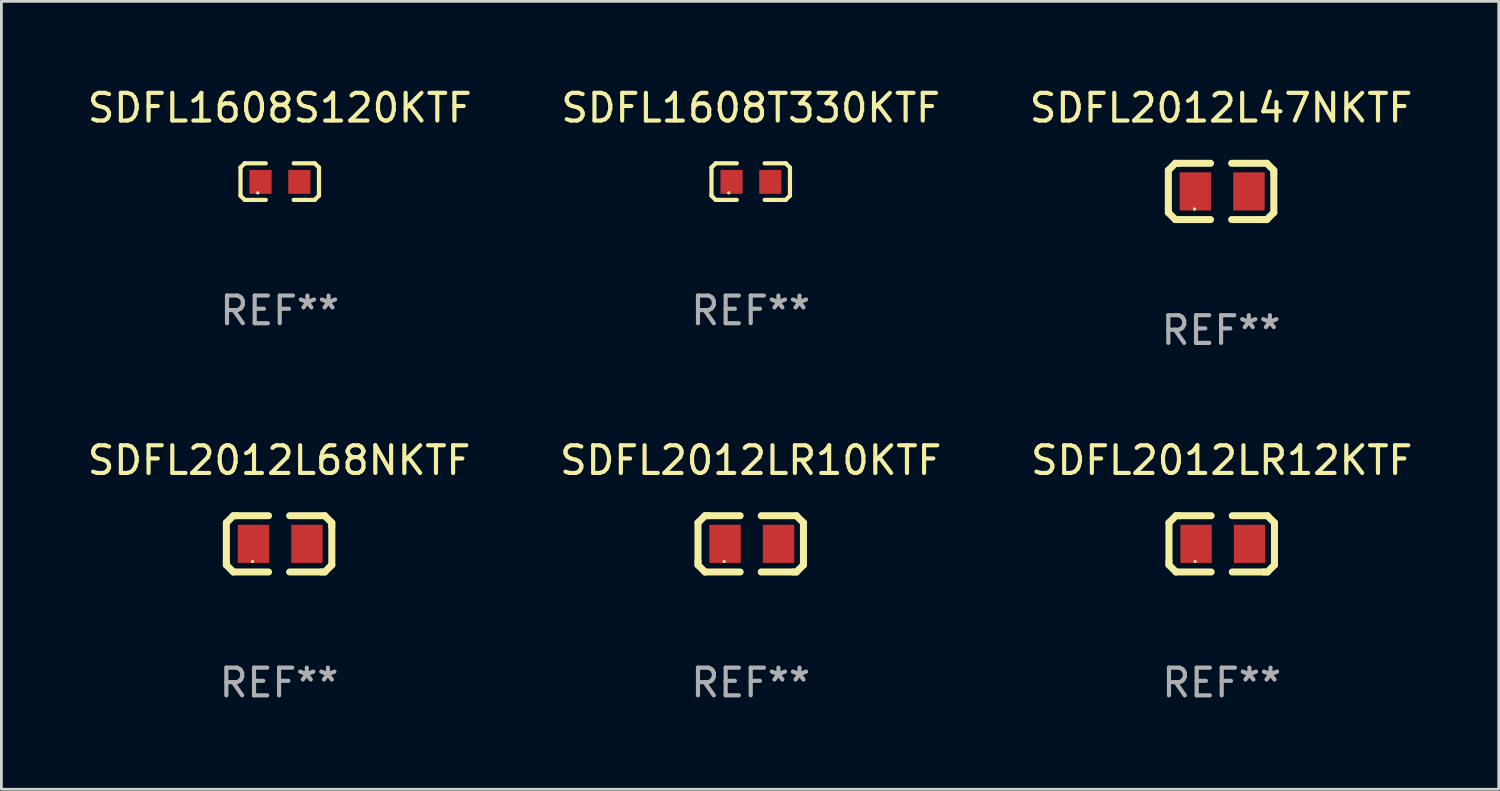
<source format=kicad_pcb>
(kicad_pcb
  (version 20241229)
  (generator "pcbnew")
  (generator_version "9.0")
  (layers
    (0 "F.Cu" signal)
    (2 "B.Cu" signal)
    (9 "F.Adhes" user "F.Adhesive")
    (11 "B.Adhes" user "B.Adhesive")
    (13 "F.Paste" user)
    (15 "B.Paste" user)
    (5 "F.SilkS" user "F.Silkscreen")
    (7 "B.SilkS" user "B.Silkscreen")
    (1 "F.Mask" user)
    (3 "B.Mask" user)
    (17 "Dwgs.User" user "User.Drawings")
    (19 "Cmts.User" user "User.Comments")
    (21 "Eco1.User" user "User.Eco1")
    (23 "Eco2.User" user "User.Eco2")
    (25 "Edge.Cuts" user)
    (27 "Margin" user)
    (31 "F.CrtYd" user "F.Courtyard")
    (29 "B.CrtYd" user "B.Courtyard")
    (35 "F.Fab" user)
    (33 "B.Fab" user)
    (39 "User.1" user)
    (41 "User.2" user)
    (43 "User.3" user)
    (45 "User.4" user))
  (footprint "SDFL2012LR10KTF"
    (layer "F.Cu")
    (at 24.065 16.593)
    (property "Reference" "SDFL2012LR10KTF" (at 0 -3.016 0) (layer "F.SilkS") (effects (font (size 1 1) (thickness 0.15))))
    (attr through_hole)
    (fp_line (start -1.905 -0.762) (end -1.905 0.635) (stroke (width 0.254) (type solid)) (layer "F.SilkS"))
    (fp_line (start -1.905 0.635) (end -1.905 0.762) (stroke (width 0.254) (type solid)) (layer "F.SilkS"))
    (fp_line (start -1.905 0.762) (end -1.651 1.016) (stroke (width 0.254) (type solid)) (layer "F.SilkS"))
    (fp_line (start -1.651 -1.016) (end -1.905 -0.762) (stroke (width 0.254) (type solid)) (layer "F.SilkS"))
    (fp_line (start -1.651 1.016) (end -0.381 1.016) (stroke (width 0.254) (type solid)) (layer "F.SilkS"))
    (fp_line (start -1.524 -1.016) (end -1.651 -1.016) (stroke (width 0.254) (type solid)) (layer "F.SilkS"))
    (fp_line (start -0.381 -1.016) (end -1.524 -1.016) (stroke (width 0.254) (type solid)) (layer "F.SilkS"))
    (fp_line (start 0.381 1.016) (end 1.524 1.016) (stroke (width 0.254) (type solid)) (layer "F.SilkS"))
    (fp_line (start 1.524 1.016) (end 1.651 1.016) (stroke (width 0.254) (type solid)) (layer "F.SilkS"))
    (fp_line (start 1.651 -1.016) (end 0.381 -1.016) (stroke (width 0.254) (type solid)) (layer "F.SilkS"))
    (fp_line (start 1.651 1.016) (end 1.905 0.762) (stroke (width 0.254) (type solid)) (layer "F.SilkS"))
    (fp_line (start 1.905 -0.762) (end 1.651 -1.016) (stroke (width 0.254) (type solid)) (layer "F.SilkS"))
    (fp_line (start 1.905 -0.635) (end 1.905 -0.762) (stroke (width 0.254) (type solid)) (layer "F.SilkS"))
    (fp_line (start 1.905 0.762) (end 1.905 -0.635) (stroke (width 0.254) (type solid)) (layer "F.SilkS"))
    (fp_circle (center -0.96 0.637) (end -0.93 0.637) (stroke (width 0.06) (type solid)) (fill no) (layer "F.SilkS"))
    (fp_text user "REF**" (at 0 5.016 0) (layer "F.Fab") (effects (font (size 1 1) (thickness 0.15))))
    (pad "1" smd rect (at -0.926 -0.000051) (size 1.133 1.377) (layers "F.Cu" "F.Mask" "F.Paste"))
    (pad "2" smd rect (at 1.006 -0.000051) (size 1.133 1.377) (layers "F.Cu" "F.Mask" "F.Paste")))
  (footprint "SDFL1608T330KTF"
    (layer "F.Cu")
    (at 24.065 3.509)
    (property "Reference" "SDFL1608T330KTF" (at 0 -2.661 0) (layer "F.SilkS") (effects (font (size 1 1) (thickness 0.15))))
    (attr through_hole)
    (fp_line (start -1.417 -0.508) (end -1.265 -0.661) (stroke (width 0.152) (type solid)) (layer "F.SilkS"))
    (fp_line (start -1.417 0.508) (end -1.417 -0.508) (stroke (width 0.152) (type solid)) (layer "F.SilkS"))
    (fp_line (start -1.265 -0.661) (end -0.503 -0.661) (stroke (width 0.152) (type solid)) (layer "F.SilkS"))
    (fp_line (start -1.265 0.661) (end -1.417 0.508) (stroke (width 0.152) (type solid)) (layer "F.SilkS"))
    (fp_line (start -1.265 0.661) (end -0.503 0.661) (stroke (width 0.152) (type solid)) (layer "F.SilkS"))
    (fp_line (start 1.265 -0.661) (end 0.503 -0.661) (stroke (width 0.152) (type solid)) (layer "F.SilkS"))
    (fp_line (start 1.265 -0.661) (end 1.417 -0.508) (stroke (width 0.152) (type solid)) (layer "F.SilkS"))
    (fp_line (start 1.265 0.661) (end 0.503 0.661) (stroke (width 0.152) (type solid)) (layer "F.SilkS"))
    (fp_line (start 1.417 -0.508) (end 1.417 0.508) (stroke (width 0.152) (type solid)) (layer "F.SilkS"))
    (fp_line (start 1.417 0.508) (end 1.265 0.661) (stroke (width 0.152) (type solid)) (layer "F.SilkS"))
    (fp_circle (center -0.793 0.409) (end -0.763 0.409) (stroke (width 0.06) (type solid)) (fill no) (layer "F.SilkS"))
    (fp_text user "REF**" (at 0 4.661 0) (layer "F.Fab") (effects (font (size 1 1) (thickness 0.15))))
    (pad "1" smd rect (at -0.693 0.009 180) (size 0.8 0.864) (layers "F.Cu" "F.Mask" "F.Paste"))
    (pad "2" smd rect (at 0.707 0.009 180) (size 0.8 0.864) (layers "F.Cu" "F.Mask" "F.Paste")))
  (footprint "SDFL2012L68NKTF"
    (layer "F.Cu")
    (at 7.03 16.593)
    (property "Reference" "SDFL2012L68NKTF" (at 0 -3.016 0) (layer "F.SilkS") (effects (font (size 1 1) (thickness 0.15))))
    (attr through_hole)
    (fp_line (start -1.905 -0.762) (end -1.905 0.635) (stroke (width 0.254) (type solid)) (layer "F.SilkS"))
    (fp_line (start -1.905 0.635) (end -1.905 0.762) (stroke (width 0.254) (type solid)) (layer "F.SilkS"))
    (fp_line (start -1.905 0.762) (end -1.651 1.016) (stroke (width 0.254) (type solid)) (layer "F.SilkS"))
    (fp_line (start -1.651 -1.016) (end -1.905 -0.762) (stroke (width 0.254) (type solid)) (layer "F.SilkS"))
    (fp_line (start -1.651 1.016) (end -0.381 1.016) (stroke (width 0.254) (type solid)) (layer "F.SilkS"))
    (fp_line (start -1.524 -1.016) (end -1.651 -1.016) (stroke (width 0.254) (type solid)) (layer "F.SilkS"))
    (fp_line (start -0.381 -1.016) (end -1.524 -1.016) (stroke (width 0.254) (type solid)) (layer "F.SilkS"))
    (fp_line (start 0.381 1.016) (end 1.524 1.016) (stroke (width 0.254) (type solid)) (layer "F.SilkS"))
    (fp_line (start 1.524 1.016) (end 1.651 1.016) (stroke (width 0.254) (type solid)) (layer "F.SilkS"))
    (fp_line (start 1.651 -1.016) (end 0.381 -1.016) (stroke (width 0.254) (type solid)) (layer "F.SilkS"))
    (fp_line (start 1.651 1.016) (end 1.905 0.762) (stroke (width 0.254) (type solid)) (layer "F.SilkS"))
    (fp_line (start 1.905 -0.762) (end 1.651 -1.016) (stroke (width 0.254) (type solid)) (layer "F.SilkS"))
    (fp_line (start 1.905 -0.635) (end 1.905 -0.762) (stroke (width 0.254) (type solid)) (layer "F.SilkS"))
    (fp_line (start 1.905 0.762) (end 1.905 -0.635) (stroke (width 0.254) (type solid)) (layer "F.SilkS"))
    (fp_circle (center -0.96 0.637) (end -0.93 0.637) (stroke (width 0.06) (type solid)) (fill no) (layer "F.SilkS"))
    (fp_text user "REF**" (at 0 5.016 0) (layer "F.Fab") (effects (font (size 1 1) (thickness 0.15))))
    (pad "1" smd rect (at -0.926 -0.000051) (size 1.133 1.377) (layers "F.Cu" "F.Mask" "F.Paste"))
    (pad "2" smd rect (at 1.006 -0.000051) (size 1.133 1.377) (layers "F.Cu" "F.Mask" "F.Paste")))
  (footprint "SDFL2012LR12KTF"
    (layer "F.Cu")
    (at 41.077 16.593)
    (property "Reference" "SDFL2012LR12KTF" (at 0 -3.016 0) (layer "F.SilkS") (effects (font (size 1 1) (thickness 0.15))))
    (attr through_hole)
    (fp_line (start -1.905 -0.762) (end -1.905 0.635) (stroke (width 0.254) (type solid)) (layer "F.SilkS"))
    (fp_line (start -1.905 0.635) (end -1.905 0.762) (stroke (width 0.254) (type solid)) (layer "F.SilkS"))
    (fp_line (start -1.905 0.762) (end -1.651 1.016) (stroke (width 0.254) (type solid)) (layer "F.SilkS"))
    (fp_line (start -1.651 -1.016) (end -1.905 -0.762) (stroke (width 0.254) (type solid)) (layer "F.SilkS"))
    (fp_line (start -1.651 1.016) (end -0.381 1.016) (stroke (width 0.254) (type solid)) (layer "F.SilkS"))
    (fp_line (start -1.524 -1.016) (end -1.651 -1.016) (stroke (width 0.254) (type solid)) (layer "F.SilkS"))
    (fp_line (start -0.381 -1.016) (end -1.524 -1.016) (stroke (width 0.254) (type solid)) (layer "F.SilkS"))
    (fp_line (start 0.381 1.016) (end 1.524 1.016) (stroke (width 0.254) (type solid)) (layer "F.SilkS"))
    (fp_line (start 1.524 1.016) (end 1.651 1.016) (stroke (width 0.254) (type solid)) (layer "F.SilkS"))
    (fp_line (start 1.651 -1.016) (end 0.381 -1.016) (stroke (width 0.254) (type solid)) (layer "F.SilkS"))
    (fp_line (start 1.651 1.016) (end 1.905 0.762) (stroke (width 0.254) (type solid)) (layer "F.SilkS"))
    (fp_line (start 1.905 -0.762) (end 1.651 -1.016) (stroke (width 0.254) (type solid)) (layer "F.SilkS"))
    (fp_line (start 1.905 -0.635) (end 1.905 -0.762) (stroke (width 0.254) (type solid)) (layer "F.SilkS"))
    (fp_line (start 1.905 0.762) (end 1.905 -0.635) (stroke (width 0.254) (type solid)) (layer "F.SilkS"))
    (fp_circle (center -0.96 0.637) (end -0.93 0.637) (stroke (width 0.06) (type solid)) (fill no) (layer "F.SilkS"))
    (fp_text user "REF**" (at 0 5.016 0) (layer "F.Fab") (effects (font (size 1 1) (thickness 0.15))))
    (pad "1" smd rect (at -0.926 -0.000051) (size 1.133 1.377) (layers "F.Cu" "F.Mask" "F.Paste"))
    (pad "2" smd rect (at 1.006 -0.000051) (size 1.133 1.377) (layers "F.Cu" "F.Mask" "F.Paste")))
  (footprint "SDFL1608S120KTF"
    (layer "F.Cu")
    (at 7.054 3.509)
    (property "Reference" "SDFL1608S120KTF" (at 0 -2.661 0) (layer "F.SilkS") (effects (font (size 1 1) (thickness 0.15))))
    (attr through_hole)
    (fp_line (start -1.417 -0.508) (end -1.265 -0.661) (stroke (width 0.152) (type solid)) (layer "F.SilkS"))
    (fp_line (start -1.417 0.508) (end -1.417 -0.508) (stroke (width 0.152) (type solid)) (layer "F.SilkS"))
    (fp_line (start -1.265 -0.661) (end -0.503 -0.661) (stroke (width 0.152) (type solid)) (layer "F.SilkS"))
    (fp_line (start -1.265 0.661) (end -1.417 0.508) (stroke (width 0.152) (type solid)) (layer "F.SilkS"))
    (fp_line (start -1.265 0.661) (end -0.503 0.661) (stroke (width 0.152) (type solid)) (layer "F.SilkS"))
    (fp_line (start 1.265 -0.661) (end 0.503 -0.661) (stroke (width 0.152) (type solid)) (layer "F.SilkS"))
    (fp_line (start 1.265 -0.661) (end 1.417 -0.508) (stroke (width 0.152) (type solid)) (layer "F.SilkS"))
    (fp_line (start 1.265 0.661) (end 0.503 0.661) (stroke (width 0.152) (type solid)) (layer "F.SilkS"))
    (fp_line (start 1.417 -0.508) (end 1.417 0.508) (stroke (width 0.152) (type solid)) (layer "F.SilkS"))
    (fp_line (start 1.417 0.508) (end 1.265 0.661) (stroke (width 0.152) (type solid)) (layer "F.SilkS"))
    (fp_circle (center -0.793 0.409) (end -0.763 0.409) (stroke (width 0.06) (type solid)) (fill no) (layer "F.SilkS"))
    (fp_text user "REF**" (at 0 4.661 0) (layer "F.Fab") (effects (font (size 1 1) (thickness 0.15))))
    (pad "1" smd rect (at -0.693 0.009 180) (size 0.8 0.864) (layers "F.Cu" "F.Mask" "F.Paste"))
    (pad "2" smd rect (at 0.707 0.009 180) (size 0.8 0.864) (layers "F.Cu" "F.Mask" "F.Paste")))
  (footprint "SDFL2012L47NKTF"
    (layer "F.Cu")
    (at 41.054 3.864)
    (property "Reference" "SDFL2012L47NKTF" (at 0 -3.016 0) (layer "F.SilkS") (effects (font (size 1 1) (thickness 0.15))))
    (attr through_hole)
    (fp_line (start -1.905 -0.762) (end -1.905 0.635) (stroke (width 0.254) (type solid)) (layer "F.SilkS"))
    (fp_line (start -1.905 0.635) (end -1.905 0.762) (stroke (width 0.254) (type solid)) (layer "F.SilkS"))
    (fp_line (start -1.905 0.762) (end -1.651 1.016) (stroke (width 0.254) (type solid)) (layer "F.SilkS"))
    (fp_line (start -1.651 -1.016) (end -1.905 -0.762) (stroke (width 0.254) (type solid)) (layer "F.SilkS"))
    (fp_line (start -1.651 1.016) (end -0.381 1.016) (stroke (width 0.254) (type solid)) (layer "F.SilkS"))
    (fp_line (start -1.524 -1.016) (end -1.651 -1.016) (stroke (width 0.254) (type solid)) (layer "F.SilkS"))
    (fp_line (start -0.381 -1.016) (end -1.524 -1.016) (stroke (width 0.254) (type solid)) (layer "F.SilkS"))
    (fp_line (start 0.381 1.016) (end 1.524 1.016) (stroke (width 0.254) (type solid)) (layer "F.SilkS"))
    (fp_line (start 1.524 1.016) (end 1.651 1.016) (stroke (width 0.254) (type solid)) (layer "F.SilkS"))
    (fp_line (start 1.651 -1.016) (end 0.381 -1.016) (stroke (width 0.254) (type solid)) (layer "F.SilkS"))
    (fp_line (start 1.651 1.016) (end 1.905 0.762) (stroke (width 0.254) (type solid)) (layer "F.SilkS"))
    (fp_line (start 1.905 -0.762) (end 1.651 -1.016) (stroke (width 0.254) (type solid)) (layer "F.SilkS"))
    (fp_line (start 1.905 -0.635) (end 1.905 -0.762) (stroke (width 0.254) (type solid)) (layer "F.SilkS"))
    (fp_line (start 1.905 0.762) (end 1.905 -0.635) (stroke (width 0.254) (type solid)) (layer "F.SilkS"))
    (fp_circle (center -0.96 0.637) (end -0.93 0.637) (stroke (width 0.06) (type solid)) (fill no) (layer "F.SilkS"))
    (fp_text user "REF**" (at 0 5.016 0) (layer "F.Fab") (effects (font (size 1 1) (thickness 0.15))))
    (pad "1" smd rect (at -0.926 -0.000051) (size 1.133 1.377) (layers "F.Cu" "F.Mask" "F.Paste"))
    (pad "2" smd rect (at 1.006 -0.000051) (size 1.133 1.377) (layers "F.Cu" "F.Mask" "F.Paste")))
  (gr_rect
    (start -3 -3)
    (end 51.083 25.457)
    (stroke (width 0.1) (type default))
    (fill no)
    (layer "Edge.Cuts")))
</source>
